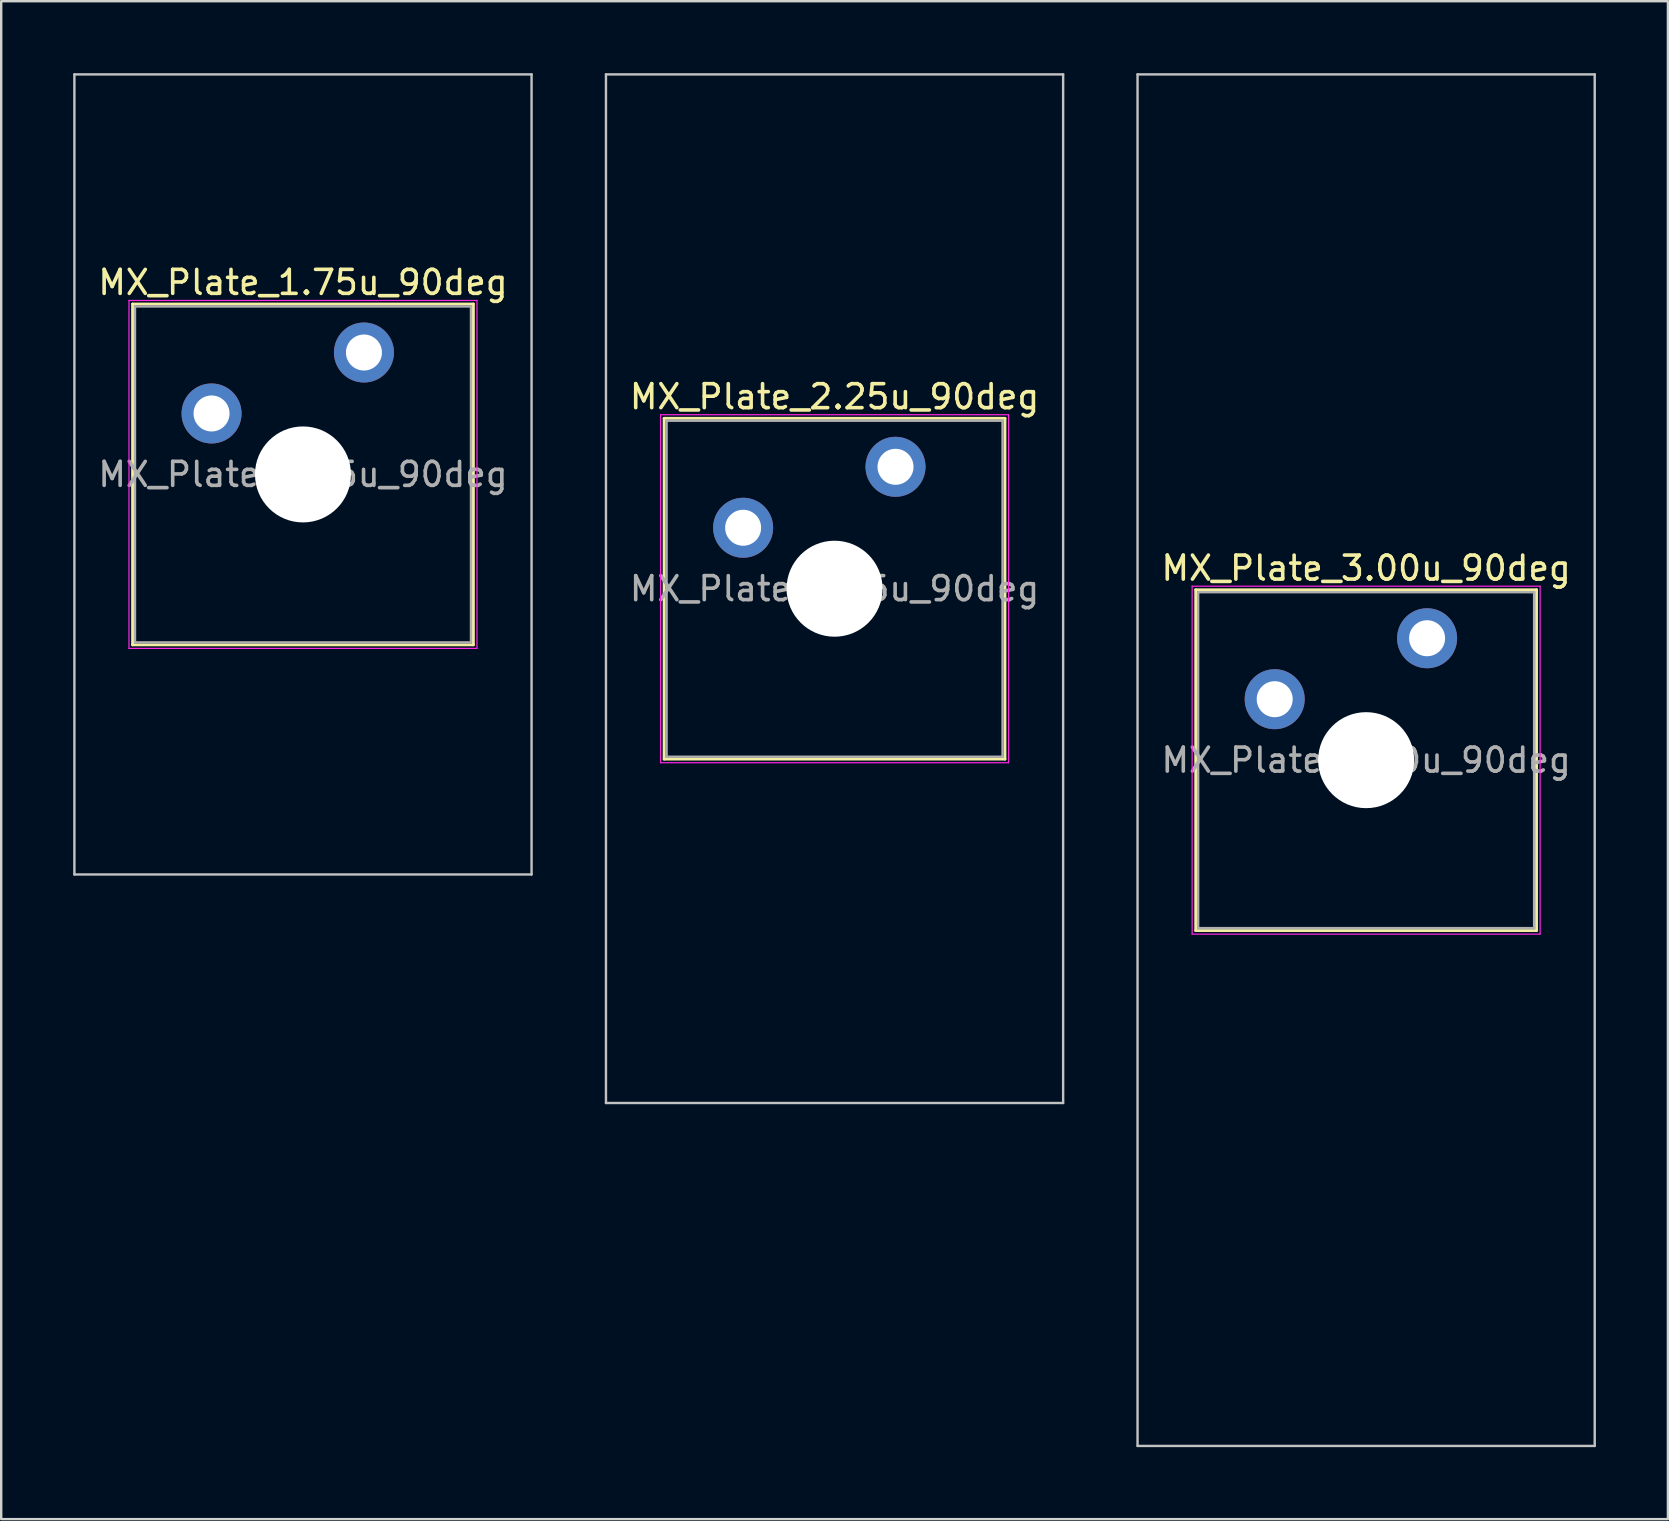
<source format=kicad_pcb>
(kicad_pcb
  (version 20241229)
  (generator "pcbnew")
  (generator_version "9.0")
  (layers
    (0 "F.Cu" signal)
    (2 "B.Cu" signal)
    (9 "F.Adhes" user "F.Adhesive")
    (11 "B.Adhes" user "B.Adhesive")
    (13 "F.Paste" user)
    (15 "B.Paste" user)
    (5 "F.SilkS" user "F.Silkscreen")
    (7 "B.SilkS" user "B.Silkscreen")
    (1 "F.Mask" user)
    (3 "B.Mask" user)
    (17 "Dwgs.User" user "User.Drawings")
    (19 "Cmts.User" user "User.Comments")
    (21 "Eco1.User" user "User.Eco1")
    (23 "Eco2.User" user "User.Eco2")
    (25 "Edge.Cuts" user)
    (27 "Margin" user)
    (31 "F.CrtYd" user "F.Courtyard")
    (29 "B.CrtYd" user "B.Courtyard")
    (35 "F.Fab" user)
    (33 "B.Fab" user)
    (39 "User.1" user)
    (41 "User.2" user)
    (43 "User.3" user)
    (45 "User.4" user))
  (footprint "MX_Plate_2.25u_90deg"
    (layer "F.Cu")
    (at 31.725 21.481)
    (property "Reference" "MX_Plate_2.25u_90deg" (at 0 -8 0) (layer "F.SilkS") (effects (font (size 1 1) (thickness 0.15))))
    (attr through_hole)
    (fp_line (start -7.1 -7.1) (end -7.1 7.1) (stroke (width 0.12) (type solid)) (layer "F.SilkS"))
    (fp_line (start -7.1 7.1) (end 7.1 7.1) (stroke (width 0.12) (type solid)) (layer "F.SilkS"))
    (fp_line (start 7.1 -7.1) (end -7.1 -7.1) (stroke (width 0.12) (type solid)) (layer "F.SilkS"))
    (fp_line (start 7.1 7.1) (end 7.1 -7.1) (stroke (width 0.12) (type solid)) (layer "F.SilkS"))
    (fp_line (start -9.525 -21.431) (end 9.525 -21.431) (stroke (width 0.1) (type solid)) (layer "Dwgs.User"))
    (fp_line (start -9.525 21.431) (end -9.525 -21.431) (stroke (width 0.1) (type solid)) (layer "Dwgs.User"))
    (fp_line (start 9.525 -21.431) (end 9.525 21.431) (stroke (width 0.1) (type solid)) (layer "Dwgs.User"))
    (fp_line (start 9.525 21.431) (end -9.525 21.431) (stroke (width 0.1) (type solid)) (layer "Dwgs.User"))
    (fp_line (start -7 -7) (end -7 7) (stroke (width 0.1) (type solid)) (layer "Eco1.User"))
    (fp_line (start -7 7) (end 7 7) (stroke (width 0.1) (type solid)) (layer "Eco1.User"))
    (fp_line (start 7 -7) (end -7 -7) (stroke (width 0.1) (type solid)) (layer "Eco1.User"))
    (fp_line (start 7 7) (end 7 -7) (stroke (width 0.1) (type solid)) (layer "Eco1.User"))
    (fp_line (start -7.25 -7.25) (end -7.25 7.25) (stroke (width 0.05) (type solid)) (layer "F.CrtYd"))
    (fp_line (start -7.25 7.25) (end 7.25 7.25) (stroke (width 0.05) (type solid)) (layer "F.CrtYd"))
    (fp_line (start 7.25 -7.25) (end -7.25 -7.25) (stroke (width 0.05) (type solid)) (layer "F.CrtYd"))
    (fp_line (start 7.25 7.25) (end 7.25 -7.25) (stroke (width 0.05) (type solid)) (layer "F.CrtYd"))
    (fp_line (start -7 -7) (end -7 7) (stroke (width 0.1) (type solid)) (layer "F.Fab"))
    (fp_line (start -7 7) (end 7 7) (stroke (width 0.1) (type solid)) (layer "F.Fab"))
    (fp_line (start 7 -7) (end -7 -7) (stroke (width 0.1) (type solid)) (layer "F.Fab"))
    (fp_line (start 7 7) (end 7 -7) (stroke (width 0.1) (type solid)) (layer "F.Fab"))
    (fp_text user "${REFERENCE}" (at 0 0 0) (layer "F.Fab") (effects (font (size 1 1) (thickness 0.15))))
    (pad "" np_thru_hole circle (at 0 0) (size 4 4) (drill 4) (layers "*.Cu" "*.Mask"))
    (pad "1" thru_hole circle (at -3.81 -2.54) (size 2.5 2.5) (drill 1.5) (layers "*.Cu" "*.Mask"))
    (pad "2" thru_hole circle (at 2.54 -5.08) (size 2.5 2.5) (drill 1.5) (layers "*.Cu" "*.Mask")))
  (footprint "MX_Plate_1.75u_90deg"
    (layer "F.Cu")
    (at 9.575 16.719)
    (property "Reference" "MX_Plate_1.75u_90deg" (at 0 -8 0) (layer "F.SilkS") (effects (font (size 1 1) (thickness 0.15))))
    (attr through_hole)
    (fp_line (start -7.1 -7.1) (end -7.1 7.1) (stroke (width 0.12) (type solid)) (layer "F.SilkS"))
    (fp_line (start -7.1 7.1) (end 7.1 7.1) (stroke (width 0.12) (type solid)) (layer "F.SilkS"))
    (fp_line (start 7.1 -7.1) (end -7.1 -7.1) (stroke (width 0.12) (type solid)) (layer "F.SilkS"))
    (fp_line (start 7.1 7.1) (end 7.1 -7.1) (stroke (width 0.12) (type solid)) (layer "F.SilkS"))
    (fp_line (start -9.525 -16.669) (end 9.525 -16.669) (stroke (width 0.1) (type solid)) (layer "Dwgs.User"))
    (fp_line (start -9.525 16.669) (end -9.525 -16.669) (stroke (width 0.1) (type solid)) (layer "Dwgs.User"))
    (fp_line (start 9.525 -16.669) (end 9.525 16.669) (stroke (width 0.1) (type solid)) (layer "Dwgs.User"))
    (fp_line (start 9.525 16.669) (end -9.525 16.669) (stroke (width 0.1) (type solid)) (layer "Dwgs.User"))
    (fp_line (start -7 -7) (end -7 7) (stroke (width 0.1) (type solid)) (layer "Eco1.User"))
    (fp_line (start -7 7) (end 7 7) (stroke (width 0.1) (type solid)) (layer "Eco1.User"))
    (fp_line (start 7 -7) (end -7 -7) (stroke (width 0.1) (type solid)) (layer "Eco1.User"))
    (fp_line (start 7 7) (end 7 -7) (stroke (width 0.1) (type solid)) (layer "Eco1.User"))
    (fp_line (start -7.25 -7.25) (end -7.25 7.25) (stroke (width 0.05) (type solid)) (layer "F.CrtYd"))
    (fp_line (start -7.25 7.25) (end 7.25 7.25) (stroke (width 0.05) (type solid)) (layer "F.CrtYd"))
    (fp_line (start 7.25 -7.25) (end -7.25 -7.25) (stroke (width 0.05) (type solid)) (layer "F.CrtYd"))
    (fp_line (start 7.25 7.25) (end 7.25 -7.25) (stroke (width 0.05) (type solid)) (layer "F.CrtYd"))
    (fp_line (start -7 -7) (end -7 7) (stroke (width 0.1) (type solid)) (layer "F.Fab"))
    (fp_line (start -7 7) (end 7 7) (stroke (width 0.1) (type solid)) (layer "F.Fab"))
    (fp_line (start 7 -7) (end -7 -7) (stroke (width 0.1) (type solid)) (layer "F.Fab"))
    (fp_line (start 7 7) (end 7 -7) (stroke (width 0.1) (type solid)) (layer "F.Fab"))
    (fp_text user "${REFERENCE}" (at 0 0 0) (layer "F.Fab") (effects (font (size 1 1) (thickness 0.15))))
    (pad "" np_thru_hole circle (at 0 0) (size 4 4) (drill 4) (layers "*.Cu" "*.Mask"))
    (pad "1" thru_hole circle (at -3.81 -2.54) (size 2.5 2.5) (drill 1.5) (layers "*.Cu" "*.Mask"))
    (pad "2" thru_hole circle (at 2.54 -5.08) (size 2.5 2.5) (drill 1.5) (layers "*.Cu" "*.Mask")))
  (footprint "MX_Plate_3.00u_90deg"
    (layer "F.Cu")
    (at 53.875 28.625)
    (property "Reference" "MX_Plate_3.00u_90deg" (at 0 -8 0) (layer "F.SilkS") (effects (font (size 1 1) (thickness 0.15))))
    (attr through_hole)
    (fp_line (start -7.1 -7.1) (end -7.1 7.1) (stroke (width 0.12) (type solid)) (layer "F.SilkS"))
    (fp_line (start -7.1 7.1) (end 7.1 7.1) (stroke (width 0.12) (type solid)) (layer "F.SilkS"))
    (fp_line (start 7.1 -7.1) (end -7.1 -7.1) (stroke (width 0.12) (type solid)) (layer "F.SilkS"))
    (fp_line (start 7.1 7.1) (end 7.1 -7.1) (stroke (width 0.12) (type solid)) (layer "F.SilkS"))
    (fp_line (start -9.525 -28.575) (end 9.525 -28.575) (stroke (width 0.1) (type solid)) (layer "Dwgs.User"))
    (fp_line (start -9.525 28.575) (end -9.525 -28.575) (stroke (width 0.1) (type solid)) (layer "Dwgs.User"))
    (fp_line (start 9.525 -28.575) (end 9.525 28.575) (stroke (width 0.1) (type solid)) (layer "Dwgs.User"))
    (fp_line (start 9.525 28.575) (end -9.525 28.575) (stroke (width 0.1) (type solid)) (layer "Dwgs.User"))
    (fp_line (start -7 -7) (end -7 7) (stroke (width 0.1) (type solid)) (layer "Eco1.User"))
    (fp_line (start -7 7) (end 7 7) (stroke (width 0.1) (type solid)) (layer "Eco1.User"))
    (fp_line (start 7 -7) (end -7 -7) (stroke (width 0.1) (type solid)) (layer "Eco1.User"))
    (fp_line (start 7 7) (end 7 -7) (stroke (width 0.1) (type solid)) (layer "Eco1.User"))
    (fp_line (start -7.25 -7.25) (end -7.25 7.25) (stroke (width 0.05) (type solid)) (layer "F.CrtYd"))
    (fp_line (start -7.25 7.25) (end 7.25 7.25) (stroke (width 0.05) (type solid)) (layer "F.CrtYd"))
    (fp_line (start 7.25 -7.25) (end -7.25 -7.25) (stroke (width 0.05) (type solid)) (layer "F.CrtYd"))
    (fp_line (start 7.25 7.25) (end 7.25 -7.25) (stroke (width 0.05) (type solid)) (layer "F.CrtYd"))
    (fp_line (start -7 -7) (end -7 7) (stroke (width 0.1) (type solid)) (layer "F.Fab"))
    (fp_line (start -7 7) (end 7 7) (stroke (width 0.1) (type solid)) (layer "F.Fab"))
    (fp_line (start 7 -7) (end -7 -7) (stroke (width 0.1) (type solid)) (layer "F.Fab"))
    (fp_line (start 7 7) (end 7 -7) (stroke (width 0.1) (type solid)) (layer "F.Fab"))
    (fp_text user "${REFERENCE}" (at 0 0 0) (layer "F.Fab") (effects (font (size 1 1) (thickness 0.15))))
    (pad "" np_thru_hole circle (at 0 0) (size 4 4) (drill 4) (layers "*.Cu" "*.Mask"))
    (pad "1" thru_hole circle (at -3.81 -2.54) (size 2.5 2.5) (drill 1.5) (layers "*.Cu" "*.Mask"))
    (pad "2" thru_hole circle (at 2.54 -5.08) (size 2.5 2.5) (drill 1.5) (layers "*.Cu" "*.Mask")))
  (gr_rect
    (start -3 -3)
    (end 66.45 60.25)
    (stroke (width 0.1) (type default))
    (fill no)
    (layer "Edge.Cuts")))
</source>
